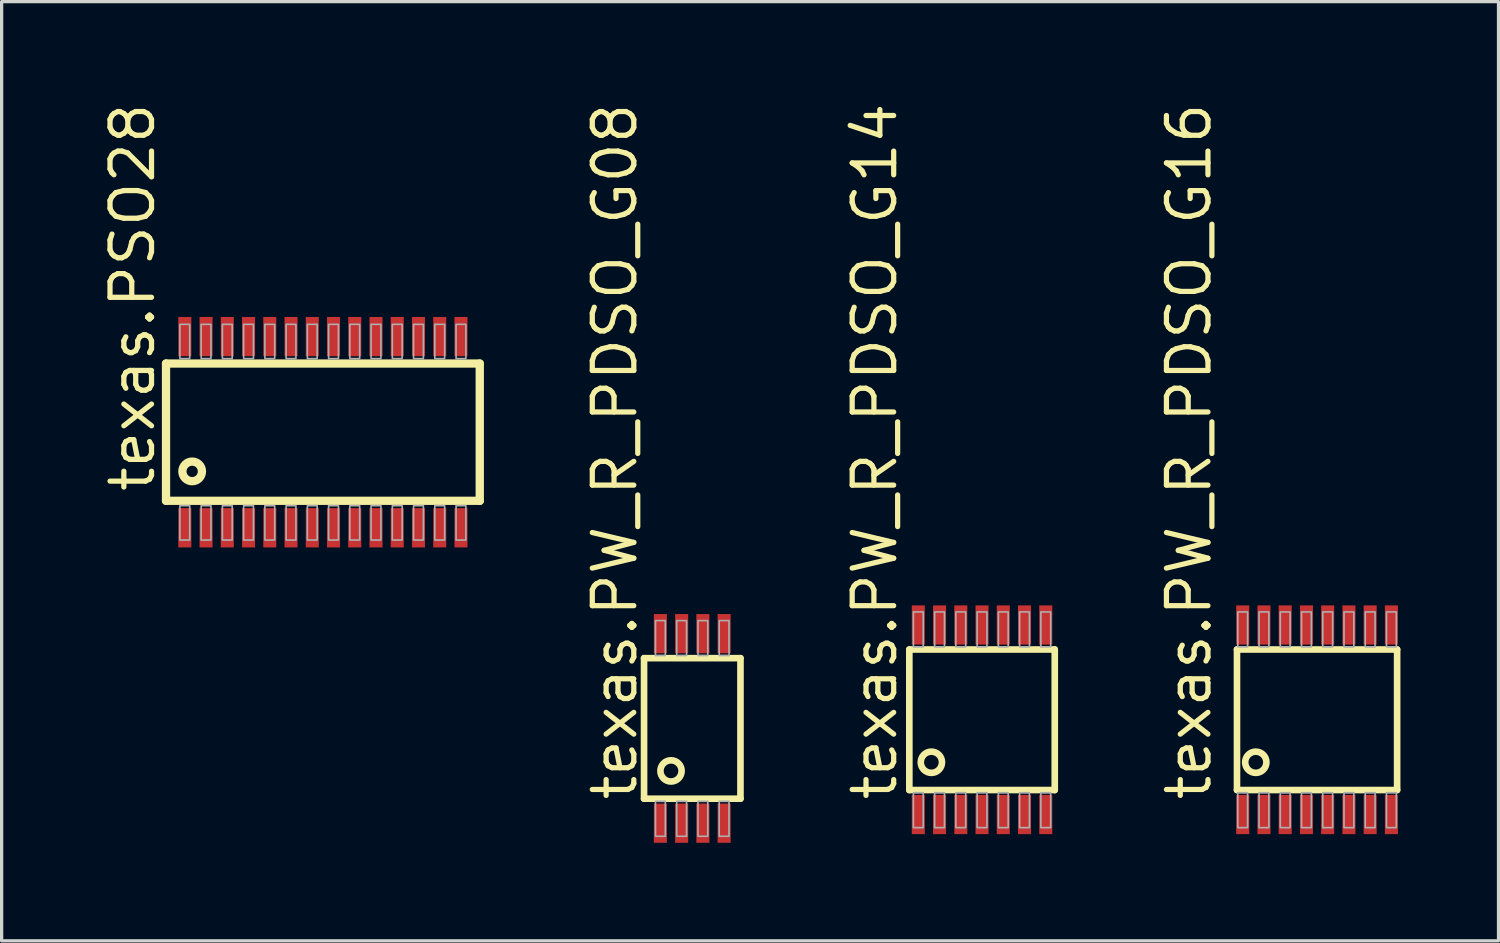
<source format=kicad_pcb>
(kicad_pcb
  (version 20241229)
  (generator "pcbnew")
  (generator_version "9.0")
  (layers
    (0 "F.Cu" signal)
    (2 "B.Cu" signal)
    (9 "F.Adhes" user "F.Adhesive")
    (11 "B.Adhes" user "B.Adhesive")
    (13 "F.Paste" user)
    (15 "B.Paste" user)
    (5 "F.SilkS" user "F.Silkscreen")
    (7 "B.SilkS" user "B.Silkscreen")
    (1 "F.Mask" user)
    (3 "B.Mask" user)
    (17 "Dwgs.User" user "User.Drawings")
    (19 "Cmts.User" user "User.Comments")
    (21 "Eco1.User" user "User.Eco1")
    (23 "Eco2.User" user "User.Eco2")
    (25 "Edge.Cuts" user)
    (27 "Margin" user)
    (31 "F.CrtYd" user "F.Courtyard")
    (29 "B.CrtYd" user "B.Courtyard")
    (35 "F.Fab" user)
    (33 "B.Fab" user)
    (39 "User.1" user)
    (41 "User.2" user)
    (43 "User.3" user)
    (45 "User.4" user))
  (footprint "texas.PW_R_PDSO_G16"
    (layer "F.Cu")
    (at 37.25 18.974)
    (property "Reference" "texas.PW_R_PDSO_G16" (at -3.175 2.54 90) (layer "F.SilkS") (effects (font (size 1.27 1.27) (thickness 0.16)) (justify left bottom)))
    (attr smd)
    (fp_line (start -2.45 -2.15) (end 2.45 -2.15) (stroke (width 0.203) (type default)) (layer "F.SilkS"))
    (fp_line (start -2.45 2.15) (end -2.45 -2.15) (stroke (width 0.203) (type default)) (layer "F.SilkS"))
    (fp_line (start 2.45 -2.15) (end 2.45 2.15) (stroke (width 0.203) (type default)) (layer "F.SilkS"))
    (fp_line (start 2.45 2.15) (end -2.45 2.15) (stroke (width 0.203) (type default)) (layer "F.SilkS"))
    (fp_circle (center -1.875 1.3) (end -1.55 1.3) (stroke (width 0.203) (type default)) (fill no) (layer "F.SilkS"))
    (fp_rect (start -2.425 -2.23) (end -2.125 -3.3) (stroke (width 0.05) (type default)) (fill no) (layer "F.Fab"))
    (fp_rect (start -2.425 3.3) (end -2.125 2.23) (stroke (width 0.05) (type default)) (fill no) (layer "F.Fab"))
    (fp_rect (start -1.775 -2.23) (end -1.475 -3.3) (stroke (width 0.05) (type default)) (fill no) (layer "F.Fab"))
    (fp_rect (start -1.775 3.3) (end -1.475 2.23) (stroke (width 0.05) (type default)) (fill no) (layer "F.Fab"))
    (fp_rect (start -1.125 -2.23) (end -0.825 -3.3) (stroke (width 0.05) (type default)) (fill no) (layer "F.Fab"))
    (fp_rect (start -1.125 3.3) (end -0.825 2.23) (stroke (width 0.05) (type default)) (fill no) (layer "F.Fab"))
    (fp_rect (start -0.475 -2.23) (end -0.175 -3.3) (stroke (width 0.05) (type default)) (fill no) (layer "F.Fab"))
    (fp_rect (start -0.475 3.3) (end -0.175 2.23) (stroke (width 0.05) (type default)) (fill no) (layer "F.Fab"))
    (fp_rect (start 0.175 -2.23) (end 0.475 -3.3) (stroke (width 0.05) (type default)) (fill no) (layer "F.Fab"))
    (fp_rect (start 0.175 3.3) (end 0.475 2.23) (stroke (width 0.05) (type default)) (fill no) (layer "F.Fab"))
    (fp_rect (start 0.825 -2.23) (end 1.125 -3.3) (stroke (width 0.05) (type default)) (fill no) (layer "F.Fab"))
    (fp_rect (start 0.825 3.3) (end 1.125 2.23) (stroke (width 0.05) (type default)) (fill no) (layer "F.Fab"))
    (fp_rect (start 1.475 -2.23) (end 1.775 -3.3) (stroke (width 0.05) (type default)) (fill no) (layer "F.Fab"))
    (fp_rect (start 1.475 3.3) (end 1.775 2.23) (stroke (width 0.05) (type default)) (fill no) (layer "F.Fab"))
    (fp_rect (start 2.125 -2.23) (end 2.425 -3.3) (stroke (width 0.05) (type default)) (fill no) (layer "F.Fab"))
    (fp_rect (start 2.125 3.3) (end 2.425 2.23) (stroke (width 0.05) (type default)) (fill no) (layer "F.Fab"))
    (pad "1" smd roundrect (at -2.275 2.9) (size 0.4 1.2) (layers "F.Cu" "F.Mask" "F.Paste") (roundrect_rratio 0.01))
    (pad "2" smd roundrect (at -1.625 2.9) (size 0.4 1.2) (layers "F.Cu" "F.Mask" "F.Paste") (roundrect_rratio 0.01))
    (pad "3" smd roundrect (at -0.975 2.9) (size 0.4 1.2) (layers "F.Cu" "F.Mask" "F.Paste") (roundrect_rratio 0.01))
    (pad "4" smd roundrect (at -0.325 2.9) (size 0.4 1.2) (layers "F.Cu" "F.Mask" "F.Paste") (roundrect_rratio 0.01))
    (pad "5" smd roundrect (at 0.325 2.9) (size 0.4 1.2) (layers "F.Cu" "F.Mask" "F.Paste") (roundrect_rratio 0.01))
    (pad "6" smd roundrect (at 0.975 2.9) (size 0.4 1.2) (layers "F.Cu" "F.Mask" "F.Paste") (roundrect_rratio 0.01))
    (pad "7" smd roundrect (at 1.625 2.9) (size 0.4 1.2) (layers "F.Cu" "F.Mask" "F.Paste") (roundrect_rratio 0.01))
    (pad "8" smd roundrect (at 2.275 2.9) (size 0.4 1.2) (layers "F.Cu" "F.Mask" "F.Paste") (roundrect_rratio 0.01))
    (pad "9" smd roundrect (at 2.275 -2.9 180) (size 0.4 1.2) (layers "F.Cu" "F.Mask" "F.Paste") (roundrect_rratio 0.01))
    (pad "10" smd roundrect (at 1.625 -2.9 180) (size 0.4 1.2) (layers "F.Cu" "F.Mask" "F.Paste") (roundrect_rratio 0.01))
    (pad "11" smd roundrect (at 0.975 -2.9 180) (size 0.4 1.2) (layers "F.Cu" "F.Mask" "F.Paste") (roundrect_rratio 0.01))
    (pad "12" smd roundrect (at 0.325 -2.9 180) (size 0.4 1.2) (layers "F.Cu" "F.Mask" "F.Paste") (roundrect_rratio 0.01))
    (pad "13" smd roundrect (at -0.325 -2.9 180) (size 0.4 1.2) (layers "F.Cu" "F.Mask" "F.Paste") (roundrect_rratio 0.01))
    (pad "14" smd roundrect (at -0.975 -2.9 180) (size 0.4 1.2) (layers "F.Cu" "F.Mask" "F.Paste") (roundrect_rratio 0.01))
    (pad "15" smd roundrect (at -1.625 -2.9 180) (size 0.4 1.2) (layers "F.Cu" "F.Mask" "F.Paste") (roundrect_rratio 0.01))
    (pad "16" smd roundrect (at -2.275 -2.9 180) (size 0.4 1.2) (layers "F.Cu" "F.Mask" "F.Paste") (roundrect_rratio 0.01)))
  (footprint "texas.PW_R_PDSO_G14"
    (layer "F.Cu")
    (at 26.999 18.974)
    (property "Reference" "texas.PW_R_PDSO_G14" (at -2.54 2.54 90) (layer "F.SilkS") (effects (font (size 1.27 1.27) (thickness 0.16)) (justify left bottom)))
    (attr smd)
    (fp_line (start -2.225 -2.15) (end 2.225 -2.15) (stroke (width 0.203) (type default)) (layer "F.SilkS"))
    (fp_line (start -2.225 2.15) (end -2.225 -2.15) (stroke (width 0.203) (type default)) (layer "F.SilkS"))
    (fp_line (start 2.225 -2.15) (end 2.225 2.15) (stroke (width 0.203) (type default)) (layer "F.SilkS"))
    (fp_line (start 2.225 2.15) (end -2.225 2.15) (stroke (width 0.203) (type default)) (layer "F.SilkS"))
    (fp_circle (center -1.55 1.3) (end -1.225 1.3) (stroke (width 0.203) (type default)) (fill no) (layer "F.SilkS"))
    (fp_rect (start -2.1 -2.23) (end -1.8 -3.3) (stroke (width 0.05) (type default)) (fill no) (layer "F.Fab"))
    (fp_rect (start -2.1 3.3) (end -1.8 2.23) (stroke (width 0.05) (type default)) (fill no) (layer "F.Fab"))
    (fp_rect (start -1.45 -2.23) (end -1.15 -3.3) (stroke (width 0.05) (type default)) (fill no) (layer "F.Fab"))
    (fp_rect (start -1.45 3.3) (end -1.15 2.23) (stroke (width 0.05) (type default)) (fill no) (layer "F.Fab"))
    (fp_rect (start -0.8 -2.23) (end -0.5 -3.3) (stroke (width 0.05) (type default)) (fill no) (layer "F.Fab"))
    (fp_rect (start -0.8 3.3) (end -0.5 2.23) (stroke (width 0.05) (type default)) (fill no) (layer "F.Fab"))
    (fp_rect (start -0.15 -2.23) (end 0.15 -3.3) (stroke (width 0.05) (type default)) (fill no) (layer "F.Fab"))
    (fp_rect (start -0.15 3.3) (end 0.15 2.23) (stroke (width 0.05) (type default)) (fill no) (layer "F.Fab"))
    (fp_rect (start 0.5 -2.23) (end 0.8 -3.3) (stroke (width 0.05) (type default)) (fill no) (layer "F.Fab"))
    (fp_rect (start 0.5 3.3) (end 0.8 2.23) (stroke (width 0.05) (type default)) (fill no) (layer "F.Fab"))
    (fp_rect (start 1.15 -2.23) (end 1.45 -3.3) (stroke (width 0.05) (type default)) (fill no) (layer "F.Fab"))
    (fp_rect (start 1.15 3.3) (end 1.45 2.23) (stroke (width 0.05) (type default)) (fill no) (layer "F.Fab"))
    (fp_rect (start 1.8 -2.23) (end 2.1 -3.3) (stroke (width 0.05) (type default)) (fill no) (layer "F.Fab"))
    (fp_rect (start 1.8 3.3) (end 2.1 2.23) (stroke (width 0.05) (type default)) (fill no) (layer "F.Fab"))
    (pad "1" smd roundrect (at -1.95 2.9) (size 0.4 1.2) (layers "F.Cu" "F.Mask" "F.Paste") (roundrect_rratio 0.01))
    (pad "2" smd roundrect (at -1.3 2.9) (size 0.4 1.2) (layers "F.Cu" "F.Mask" "F.Paste") (roundrect_rratio 0.01))
    (pad "3" smd roundrect (at -0.65 2.9) (size 0.4 1.2) (layers "F.Cu" "F.Mask" "F.Paste") (roundrect_rratio 0.01))
    (pad "4" smd roundrect (at 0 2.9) (size 0.4 1.2) (layers "F.Cu" "F.Mask" "F.Paste") (roundrect_rratio 0.01))
    (pad "5" smd roundrect (at 0.65 2.9) (size 0.4 1.2) (layers "F.Cu" "F.Mask" "F.Paste") (roundrect_rratio 0.01))
    (pad "6" smd roundrect (at 1.3 2.9) (size 0.4 1.2) (layers "F.Cu" "F.Mask" "F.Paste") (roundrect_rratio 0.01))
    (pad "7" smd roundrect (at 1.95 2.9) (size 0.4 1.2) (layers "F.Cu" "F.Mask" "F.Paste") (roundrect_rratio 0.01))
    (pad "8" smd roundrect (at 1.95 -2.9 180) (size 0.4 1.2) (layers "F.Cu" "F.Mask" "F.Paste") (roundrect_rratio 0.01))
    (pad "9" smd roundrect (at 1.3 -2.9 180) (size 0.4 1.2) (layers "F.Cu" "F.Mask" "F.Paste") (roundrect_rratio 0.01))
    (pad "10" smd roundrect (at 0.65 -2.9 180) (size 0.4 1.2) (layers "F.Cu" "F.Mask" "F.Paste") (roundrect_rratio 0.01))
    (pad "11" smd roundrect (at 0 -2.9 180) (size 0.4 1.2) (layers "F.Cu" "F.Mask" "F.Paste") (roundrect_rratio 0.01))
    (pad "12" smd roundrect (at -0.65 -2.9 180) (size 0.4 1.2) (layers "F.Cu" "F.Mask" "F.Paste") (roundrect_rratio 0.01))
    (pad "13" smd roundrect (at -1.3 -2.9 180) (size 0.4 1.2) (layers "F.Cu" "F.Mask" "F.Paste") (roundrect_rratio 0.01))
    (pad "14" smd roundrect (at -1.95 -2.9 180) (size 0.4 1.2) (layers "F.Cu" "F.Mask" "F.Paste") (roundrect_rratio 0.01)))
  (footprint "texas.PSO28"
    (layer "F.Cu")
    (at 6.83 10.174)
    (property "Reference" "texas.PSO28" (at -5.08 1.905 90) (layer "F.SilkS") (effects (font (size 1.27 1.27) (thickness 0.16)) (justify left bottom)))
    (attr smd)
    (fp_line (start -4.8 -2.1) (end 4.8 -2.1) (stroke (width 0.254) (type default)) (layer "F.SilkS"))
    (fp_line (start -4.8 2.1) (end -4.8 -2.1) (stroke (width 0.254) (type default)) (layer "F.SilkS"))
    (fp_line (start 4.8 -2.1) (end 4.8 2.1) (stroke (width 0.254) (type default)) (layer "F.SilkS"))
    (fp_line (start 4.8 2.1) (end -4.8 2.1) (stroke (width 0.254) (type default)) (layer "F.SilkS"))
    (fp_circle (center -4 1.2) (end -3.7 1.2) (stroke (width 0.254) (type default)) (fill no) (layer "F.SilkS"))
    (fp_rect (start -4.375 -2.25) (end -4.075 -3.3) (stroke (width 0.05) (type default)) (fill no) (layer "F.Fab"))
    (fp_rect (start -4.375 3.3) (end -4.075 2.25) (stroke (width 0.05) (type default)) (fill no) (layer "F.Fab"))
    (fp_rect (start -3.725 -2.25) (end -3.425 -3.3) (stroke (width 0.05) (type default)) (fill no) (layer "F.Fab"))
    (fp_rect (start -3.725 3.3) (end -3.425 2.25) (stroke (width 0.05) (type default)) (fill no) (layer "F.Fab"))
    (fp_rect (start -3.075 -2.25) (end -2.775 -3.3) (stroke (width 0.05) (type default)) (fill no) (layer "F.Fab"))
    (fp_rect (start -3.075 3.3) (end -2.775 2.25) (stroke (width 0.05) (type default)) (fill no) (layer "F.Fab"))
    (fp_rect (start -2.425 -2.25) (end -2.125 -3.3) (stroke (width 0.05) (type default)) (fill no) (layer "F.Fab"))
    (fp_rect (start -2.425 3.3) (end -2.125 2.25) (stroke (width 0.05) (type default)) (fill no) (layer "F.Fab"))
    (fp_rect (start -1.775 -2.25) (end -1.475 -3.3) (stroke (width 0.05) (type default)) (fill no) (layer "F.Fab"))
    (fp_rect (start -1.775 3.3) (end -1.475 2.25) (stroke (width 0.05) (type default)) (fill no) (layer "F.Fab"))
    (fp_rect (start -1.125 -2.25) (end -0.825 -3.3) (stroke (width 0.05) (type default)) (fill no) (layer "F.Fab"))
    (fp_rect (start -1.125 3.3) (end -0.825 2.25) (stroke (width 0.05) (type default)) (fill no) (layer "F.Fab"))
    (fp_rect (start -0.475 -2.25) (end -0.175 -3.3) (stroke (width 0.05) (type default)) (fill no) (layer "F.Fab"))
    (fp_rect (start -0.475 3.3) (end -0.175 2.25) (stroke (width 0.05) (type default)) (fill no) (layer "F.Fab"))
    (fp_rect (start 0.175 -2.25) (end 0.475 -3.3) (stroke (width 0.05) (type default)) (fill no) (layer "F.Fab"))
    (fp_rect (start 0.175 3.3) (end 0.475 2.25) (stroke (width 0.05) (type default)) (fill no) (layer "F.Fab"))
    (fp_rect (start 0.825 -2.25) (end 1.125 -3.3) (stroke (width 0.05) (type default)) (fill no) (layer "F.Fab"))
    (fp_rect (start 0.825 3.3) (end 1.125 2.25) (stroke (width 0.05) (type default)) (fill no) (layer "F.Fab"))
    (fp_rect (start 1.475 -2.25) (end 1.775 -3.3) (stroke (width 0.05) (type default)) (fill no) (layer "F.Fab"))
    (fp_rect (start 1.475 3.3) (end 1.775 2.25) (stroke (width 0.05) (type default)) (fill no) (layer "F.Fab"))
    (fp_rect (start 2.125 -2.25) (end 2.425 -3.3) (stroke (width 0.05) (type default)) (fill no) (layer "F.Fab"))
    (fp_rect (start 2.125 3.3) (end 2.425 2.25) (stroke (width 0.05) (type default)) (fill no) (layer "F.Fab"))
    (fp_rect (start 2.775 -2.25) (end 3.075 -3.3) (stroke (width 0.05) (type default)) (fill no) (layer "F.Fab"))
    (fp_rect (start 2.775 3.3) (end 3.075 2.25) (stroke (width 0.05) (type default)) (fill no) (layer "F.Fab"))
    (fp_rect (start 3.425 -2.25) (end 3.725 -3.3) (stroke (width 0.05) (type default)) (fill no) (layer "F.Fab"))
    (fp_rect (start 3.425 3.3) (end 3.725 2.25) (stroke (width 0.05) (type default)) (fill no) (layer "F.Fab"))
    (fp_rect (start 4.075 -2.25) (end 4.375 -3.3) (stroke (width 0.05) (type default)) (fill no) (layer "F.Fab"))
    (fp_rect (start 4.075 3.3) (end 4.375 2.25) (stroke (width 0.05) (type default)) (fill no) (layer "F.Fab"))
    (pad "1" smd roundrect (at -4.225 2.925) (size 0.4 1.2) (layers "F.Cu" "F.Mask" "F.Paste") (roundrect_rratio 0.01))
    (pad "2" smd roundrect (at -3.575 2.925) (size 0.4 1.2) (layers "F.Cu" "F.Mask" "F.Paste") (roundrect_rratio 0.01))
    (pad "3" smd roundrect (at -2.925 2.925) (size 0.4 1.2) (layers "F.Cu" "F.Mask" "F.Paste") (roundrect_rratio 0.01))
    (pad "4" smd roundrect (at -2.275 2.925) (size 0.4 1.2) (layers "F.Cu" "F.Mask" "F.Paste") (roundrect_rratio 0.01))
    (pad "5" smd roundrect (at -1.625 2.925) (size 0.4 1.2) (layers "F.Cu" "F.Mask" "F.Paste") (roundrect_rratio 0.01))
    (pad "6" smd roundrect (at -0.975 2.925) (size 0.4 1.2) (layers "F.Cu" "F.Mask" "F.Paste") (roundrect_rratio 0.01))
    (pad "7" smd roundrect (at -0.325 2.925) (size 0.4 1.2) (layers "F.Cu" "F.Mask" "F.Paste") (roundrect_rratio 0.01))
    (pad "8" smd roundrect (at 0.325 2.925) (size 0.4 1.2) (layers "F.Cu" "F.Mask" "F.Paste") (roundrect_rratio 0.01))
    (pad "9" smd roundrect (at 0.975 2.925) (size 0.4 1.2) (layers "F.Cu" "F.Mask" "F.Paste") (roundrect_rratio 0.01))
    (pad "10" smd roundrect (at 1.625 2.925) (size 0.4 1.2) (layers "F.Cu" "F.Mask" "F.Paste") (roundrect_rratio 0.01))
    (pad "11" smd roundrect (at 2.275 2.925) (size 0.4 1.2) (layers "F.Cu" "F.Mask" "F.Paste") (roundrect_rratio 0.01))
    (pad "12" smd roundrect (at 2.925 2.925) (size 0.4 1.2) (layers "F.Cu" "F.Mask" "F.Paste") (roundrect_rratio 0.01))
    (pad "13" smd roundrect (at 3.575 2.925) (size 0.4 1.2) (layers "F.Cu" "F.Mask" "F.Paste") (roundrect_rratio 0.01))
    (pad "14" smd roundrect (at 4.225 2.925) (size 0.4 1.2) (layers "F.Cu" "F.Mask" "F.Paste") (roundrect_rratio 0.01))
    (pad "15" smd roundrect (at 4.225 -2.925) (size 0.4 1.2) (layers "F.Cu" "F.Mask" "F.Paste") (roundrect_rratio 0.01))
    (pad "16" smd roundrect (at 3.575 -2.925) (size 0.4 1.2) (layers "F.Cu" "F.Mask" "F.Paste") (roundrect_rratio 0.01))
    (pad "17" smd roundrect (at 2.925 -2.925) (size 0.4 1.2) (layers "F.Cu" "F.Mask" "F.Paste") (roundrect_rratio 0.01))
    (pad "18" smd roundrect (at 2.275 -2.925) (size 0.4 1.2) (layers "F.Cu" "F.Mask" "F.Paste") (roundrect_rratio 0.01))
    (pad "19" smd roundrect (at 1.625 -2.925) (size 0.4 1.2) (layers "F.Cu" "F.Mask" "F.Paste") (roundrect_rratio 0.01))
    (pad "20" smd roundrect (at 0.975 -2.925) (size 0.4 1.2) (layers "F.Cu" "F.Mask" "F.Paste") (roundrect_rratio 0.01))
    (pad "21" smd roundrect (at 0.325 -2.925) (size 0.4 1.2) (layers "F.Cu" "F.Mask" "F.Paste") (roundrect_rratio 0.01))
    (pad "22" smd roundrect (at -0.325 -2.925) (size 0.4 1.2) (layers "F.Cu" "F.Mask" "F.Paste") (roundrect_rratio 0.01))
    (pad "23" smd roundrect (at -0.975 -2.925) (size 0.4 1.2) (layers "F.Cu" "F.Mask" "F.Paste") (roundrect_rratio 0.01))
    (pad "24" smd roundrect (at -1.625 -2.925) (size 0.4 1.2) (layers "F.Cu" "F.Mask" "F.Paste") (roundrect_rratio 0.01))
    (pad "25" smd roundrect (at -2.275 -2.925) (size 0.4 1.2) (layers "F.Cu" "F.Mask" "F.Paste") (roundrect_rratio 0.01))
    (pad "26" smd roundrect (at -2.925 -2.925) (size 0.4 1.2) (layers "F.Cu" "F.Mask" "F.Paste") (roundrect_rratio 0.01))
    (pad "27" smd roundrect (at -3.575 -2.925) (size 0.4 1.2) (layers "F.Cu" "F.Mask" "F.Paste") (roundrect_rratio 0.01))
    (pad "28" smd roundrect (at -4.225 -2.925) (size 0.4 1.2) (layers "F.Cu" "F.Mask" "F.Paste") (roundrect_rratio 0.01)))
  (footprint "texas.PW_R_PDSO_G08"
    (layer "F.Cu")
    (at 18.132 19.239)
    (property "Reference" "texas.PW_R_PDSO_G08" (at -1.625 2.275 90) (layer "F.SilkS") (effects (font (size 1.27 1.27) (thickness 0.16)) (justify left bottom)))
    (attr smd)
    (fp_line (start -1.475 -2.15) (end 1.475 -2.15) (stroke (width 0.203) (type default)) (layer "F.SilkS"))
    (fp_line (start -1.475 2.15) (end -1.475 -2.15) (stroke (width 0.203) (type default)) (layer "F.SilkS"))
    (fp_line (start 1.475 -2.15) (end 1.475 2.15) (stroke (width 0.203) (type default)) (layer "F.SilkS"))
    (fp_line (start 1.475 2.15) (end -1.475 2.15) (stroke (width 0.203) (type default)) (layer "F.SilkS"))
    (fp_circle (center -0.65 1.3) (end -0.325 1.3) (stroke (width 0.203) (type default)) (fill no) (layer "F.SilkS"))
    (fp_rect (start -1.125 -2.23) (end -0.825 -3.3) (stroke (width 0.05) (type default)) (fill no) (layer "F.Fab"))
    (fp_rect (start -1.125 3.3) (end -0.825 2.23) (stroke (width 0.05) (type default)) (fill no) (layer "F.Fab"))
    (fp_rect (start -0.475 -2.23) (end -0.175 -3.3) (stroke (width 0.05) (type default)) (fill no) (layer "F.Fab"))
    (fp_rect (start -0.475 3.3) (end -0.175 2.23) (stroke (width 0.05) (type default)) (fill no) (layer "F.Fab"))
    (fp_rect (start 0.175 -2.23) (end 0.475 -3.3) (stroke (width 0.05) (type default)) (fill no) (layer "F.Fab"))
    (fp_rect (start 0.175 3.3) (end 0.475 2.23) (stroke (width 0.05) (type default)) (fill no) (layer "F.Fab"))
    (fp_rect (start 0.825 -2.23) (end 1.125 -3.3) (stroke (width 0.05) (type default)) (fill no) (layer "F.Fab"))
    (fp_rect (start 0.825 3.3) (end 1.125 2.23) (stroke (width 0.05) (type default)) (fill no) (layer "F.Fab"))
    (pad "1" smd roundrect (at -0.975 2.9) (size 0.4 1.2) (layers "F.Cu" "F.Mask" "F.Paste") (roundrect_rratio 0.01))
    (pad "2" smd roundrect (at -0.325 2.9) (size 0.4 1.2) (layers "F.Cu" "F.Mask" "F.Paste") (roundrect_rratio 0.01))
    (pad "3" smd roundrect (at 0.325 2.9) (size 0.4 1.2) (layers "F.Cu" "F.Mask" "F.Paste") (roundrect_rratio 0.01))
    (pad "4" smd roundrect (at 0.975 2.9) (size 0.4 1.2) (layers "F.Cu" "F.Mask" "F.Paste") (roundrect_rratio 0.01))
    (pad "5" smd roundrect (at 0.975 -2.9 180) (size 0.4 1.2) (layers "F.Cu" "F.Mask" "F.Paste") (roundrect_rratio 0.01))
    (pad "6" smd roundrect (at 0.325 -2.9 180) (size 0.4 1.2) (layers "F.Cu" "F.Mask" "F.Paste") (roundrect_rratio 0.01))
    (pad "7" smd roundrect (at -0.325 -2.9 180) (size 0.4 1.2) (layers "F.Cu" "F.Mask" "F.Paste") (roundrect_rratio 0.01))
    (pad "8" smd roundrect (at -0.975 -2.9 180) (size 0.4 1.2) (layers "F.Cu" "F.Mask" "F.Paste") (roundrect_rratio 0.01)))
  (gr_rect
    (start -3 -3)
    (end 42.802 25.739)
    (stroke (width 0.1) (type default))
    (fill no)
    (layer "Edge.Cuts")))
</source>
